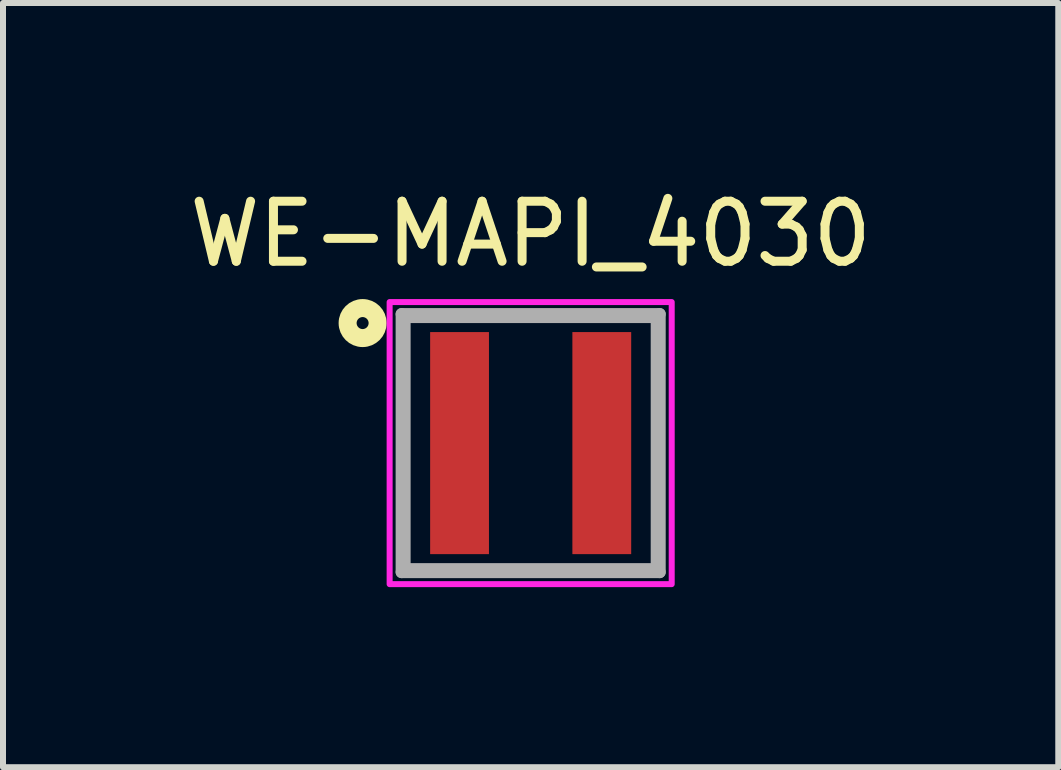
<source format=kicad_pcb>
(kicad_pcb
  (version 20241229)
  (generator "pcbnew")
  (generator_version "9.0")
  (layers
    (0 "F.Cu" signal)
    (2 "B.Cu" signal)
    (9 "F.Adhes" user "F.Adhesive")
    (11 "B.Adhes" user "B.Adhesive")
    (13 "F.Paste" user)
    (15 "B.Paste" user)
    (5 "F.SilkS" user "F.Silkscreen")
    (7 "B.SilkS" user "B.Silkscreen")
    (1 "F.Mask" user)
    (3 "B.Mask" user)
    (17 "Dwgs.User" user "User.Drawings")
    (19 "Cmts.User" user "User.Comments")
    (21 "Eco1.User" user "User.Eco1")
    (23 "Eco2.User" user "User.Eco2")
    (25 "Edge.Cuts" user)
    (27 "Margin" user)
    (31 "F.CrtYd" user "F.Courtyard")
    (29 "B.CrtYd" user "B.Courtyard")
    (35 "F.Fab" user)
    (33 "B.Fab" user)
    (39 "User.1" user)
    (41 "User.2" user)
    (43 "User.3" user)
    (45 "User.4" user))
  (footprint "WE-MAPI_4030"
    (layer "F.Cu")
    (at 5.792 4.333)
    (property "Reference" "WE-MAPI_4030" (at 0 -3.485 0) (layer "F.SilkS") (effects (font (size 1 1) (thickness 0.15))))
    (attr smd)
    (fp_circle (center -2.8 -2) (end -2.7 -2) (stroke (width 0.3) (type solid)) (fill no) (layer "F.SilkS"))
    (fp_poly (pts (xy -2.35 -2.35) (xy 2.35 -2.35) (xy 2.35 2.35) (xy -2.35 2.35)) (stroke (width 0.1) (type solid)) (fill no) (layer "F.CrtYd"))
    (fp_line (start -2.15 -2.15) (end 2.15 -2.15) (stroke (width 0.2) (type solid)) (layer "F.Fab"))
    (fp_line (start -2.15 2.15) (end -2.15 -2.15) (stroke (width 0.2) (type solid)) (layer "F.Fab"))
    (fp_line (start -2.05 -2.05) (end 2.05 -2.05) (stroke (width 0.1) (type solid)) (layer "F.Fab"))
    (fp_line (start -2.05 2.05) (end -2.05 -2.05) (stroke (width 0.1) (type solid)) (layer "F.Fab"))
    (fp_line (start 2.05 -2.05) (end 2.05 2.05) (stroke (width 0.1) (type solid)) (layer "F.Fab"))
    (fp_line (start 2.05 2.05) (end -2.05 2.05) (stroke (width 0.1) (type solid)) (layer "F.Fab"))
    (fp_line (start 2.15 -2.15) (end 2.15 2.15) (stroke (width 0.2) (type solid)) (layer "F.Fab"))
    (fp_line (start 2.15 2.15) (end -2.15 2.15) (stroke (width 0.2) (type solid)) (layer "F.Fab"))
    (pad "1" smd rect (at -1.185 0) (size 0.98 3.7) (layers "F.Cu" "F.Mask" "F.Paste"))
    (pad "2" smd rect (at 1.185 0) (size 0.98 3.7) (layers "F.Cu" "F.Mask" "F.Paste"))
    (zone (net_name "") (layer "F.Cu") (hatch full 0.508) (connect_pads) (min_thickness 0.01) (filled_areas_thickness no) (keepout (tracks not_allowed) (vias not_allowed) (pads not_allowed) (copperpour not_allowed) (footprints allowed)) (placement (enabled no)) (fill) (polygon (pts (xy 5.097 2.483) (xy 6.487 2.483) (xy 6.487 6.183) (xy 5.097 6.183))))
    (zone (net_name "") (layers "F.Cu" "B.Cu") (hatch full 0.508) (connect_pads) (min_thickness 0.01) (filled_areas_thickness no) (keepout (tracks allowed) (vias not_allowed) (pads allowed) (copperpour allowed) (footprints allowed)) (placement (enabled no)) (fill) (polygon (pts (xy 5.097 2.483) (xy 6.487 2.483) (xy 6.487 6.183) (xy 5.097 6.183)))))
  (gr_rect
    (start -3 -3)
    (end 14.583 9.733)
    (stroke (width 0.1) (type default))
    (fill no)
    (layer "Edge.Cuts")))
</source>
